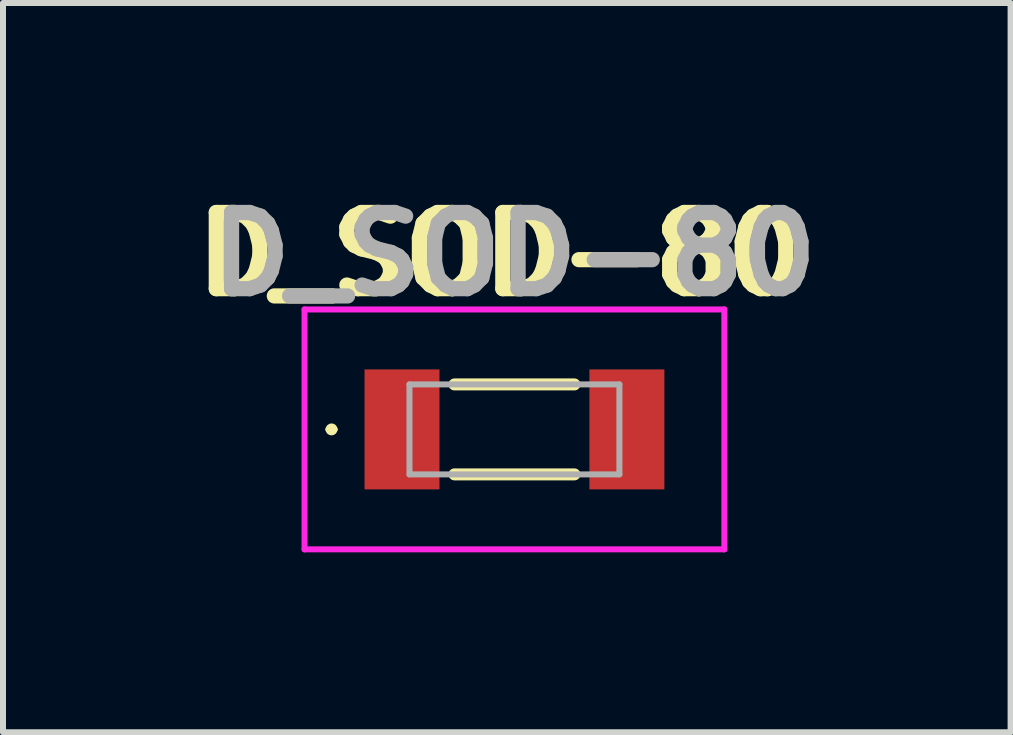
<source format=kicad_pcb>
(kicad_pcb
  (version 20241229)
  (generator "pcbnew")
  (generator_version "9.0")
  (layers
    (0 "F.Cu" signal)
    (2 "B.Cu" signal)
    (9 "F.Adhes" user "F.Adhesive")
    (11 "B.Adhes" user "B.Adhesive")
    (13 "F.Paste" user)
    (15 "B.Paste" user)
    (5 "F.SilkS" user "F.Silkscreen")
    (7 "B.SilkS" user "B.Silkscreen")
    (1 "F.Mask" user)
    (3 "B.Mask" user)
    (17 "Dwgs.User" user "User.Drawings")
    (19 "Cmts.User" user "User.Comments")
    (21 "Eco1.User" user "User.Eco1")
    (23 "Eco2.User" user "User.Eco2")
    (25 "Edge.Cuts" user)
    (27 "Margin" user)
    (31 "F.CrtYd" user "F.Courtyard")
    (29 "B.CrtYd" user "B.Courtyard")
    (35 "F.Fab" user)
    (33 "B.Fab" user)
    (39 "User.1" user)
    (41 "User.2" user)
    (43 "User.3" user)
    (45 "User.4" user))
  (footprint "D_SOD-80"
    (layer "F.Cu")
    (at 5.528 4.11)
    (property "Reference" "D_SOD-80" (at -0.254 -2.921 0) (layer "F.SilkS") (effects (font (size 1.27 1.27) (thickness 0.254))))
    (attr smd)
    (fp_line (start -3.1 0) (end -3.1 0) (stroke (width 0.1) (type solid)) (layer "F.SilkS"))
    (fp_line (start -3 0) (end -3 0) (stroke (width 0.1) (type solid)) (layer "F.SilkS"))
    (fp_line (start -1 -0.75) (end 1 -0.75) (stroke (width 0.2) (type solid)) (layer "F.SilkS"))
    (fp_line (start -1 0.75) (end 1 0.75) (stroke (width 0.2) (type solid)) (layer "F.SilkS"))
    (fp_arc (start -3.1 0) (mid -3.05 -0.05) (end -3 0) (stroke (width 0.1) (type solid)) (layer "F.SilkS"))
    (fp_arc (start -3 0) (mid -3.05 0.05) (end -3.1 0) (stroke (width 0.1) (type solid)) (layer "F.SilkS"))
    (fp_line (start -3.5 -2) (end 3.5 -2) (stroke (width 0.1) (type solid)) (layer "F.CrtYd"))
    (fp_line (start -3.5 2) (end -3.5 -2) (stroke (width 0.1) (type solid)) (layer "F.CrtYd"))
    (fp_line (start 3.5 -2) (end 3.5 2) (stroke (width 0.1) (type solid)) (layer "F.CrtYd"))
    (fp_line (start 3.5 2) (end -3.5 2) (stroke (width 0.1) (type solid)) (layer "F.CrtYd"))
    (fp_line (start -1.75 -0.75) (end -1.75 0.75) (stroke (width 0.1) (type solid)) (layer "F.Fab"))
    (fp_line (start -1.75 0.75) (end 1.75 0.75) (stroke (width 0.1) (type solid)) (layer "F.Fab"))
    (fp_line (start 1.75 -0.75) (end -1.75 -0.75) (stroke (width 0.1) (type solid)) (layer "F.Fab"))
    (fp_line (start 1.75 0.75) (end 1.75 -0.75) (stroke (width 0.1) (type solid)) (layer "F.Fab"))
    (fp_text user "${REFERENCE}" (at 0 -2.921 0) (layer "F.Fab") (effects (font (size 1.27 1.27) (thickness 0.254))))
    (pad "1" smd rect (at -1.875 0) (size 1.25 2) (layers "F.Cu" "F.Mask" "F.Paste"))
    (pad "2" smd rect (at 1.875 0) (size 1.25 2) (layers "F.Cu" "F.Mask" "F.Paste")))
  (gr_rect
    (start -3 -3)
    (end 13.801 9.16)
    (stroke (width 0.1) (type default))
    (fill no)
    (layer "Edge.Cuts")))
</source>
